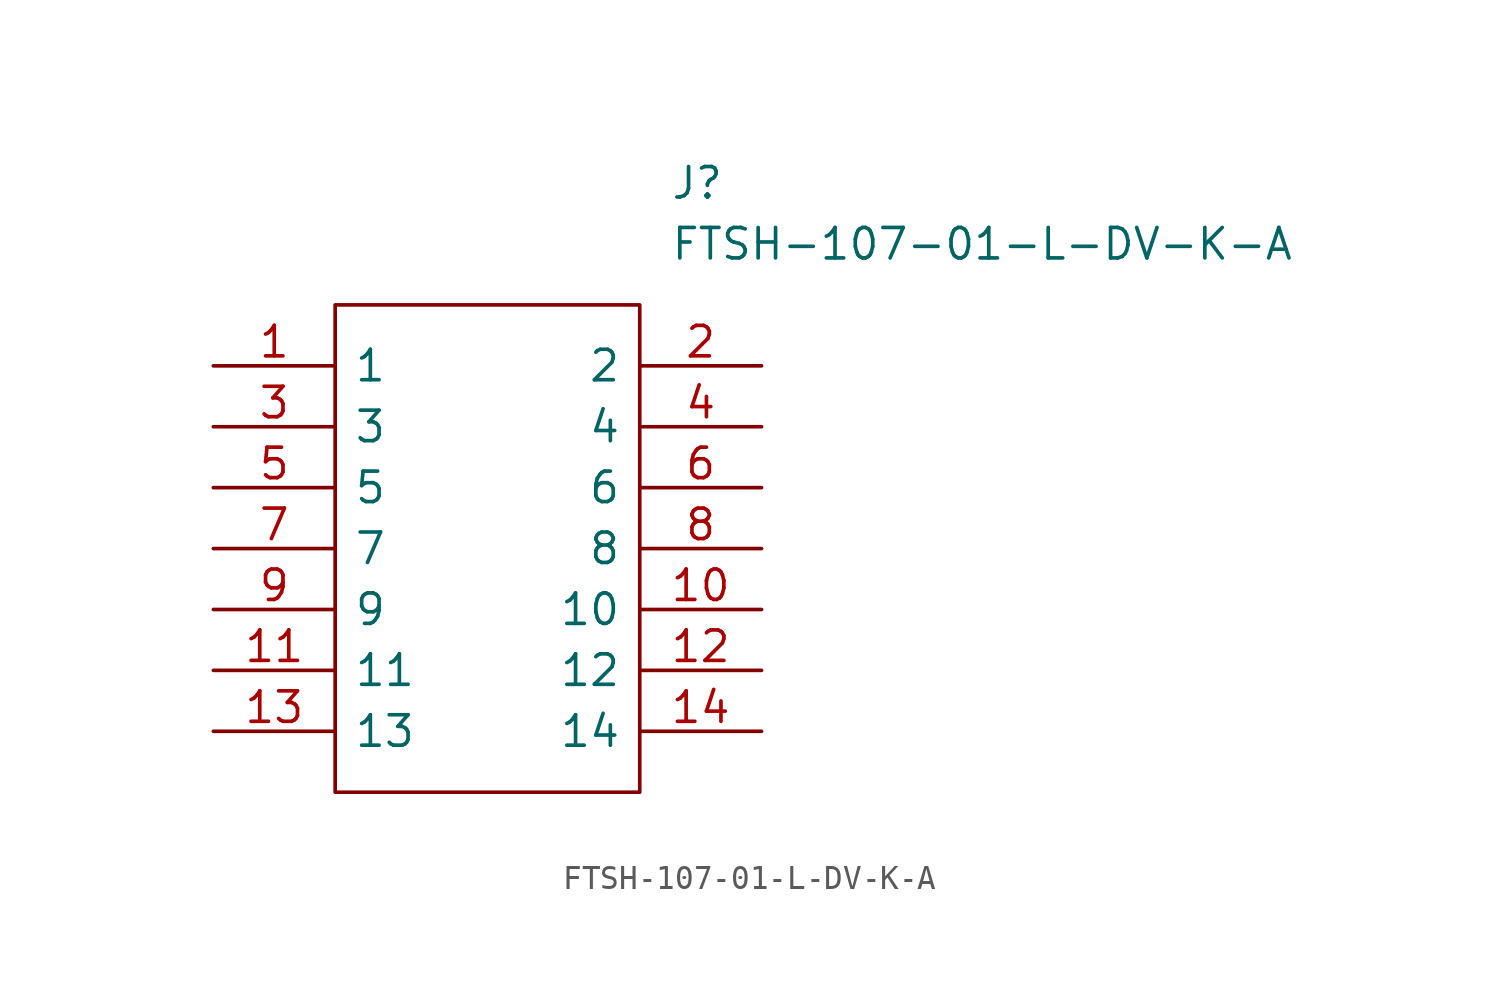
<source format=kicad_sym>
(kicad_symbol_lib
  (version 20211014)
  (generator kicad_symbol_editor)
  (symbol "FTSH-107-01-L-DV-K-A"
    (pin_names
      (offset 0.762))
    (property "Reference" "J"
      (at 19.05 7.62 0)
      (effects (font (size 1.27 1.27)) (justify left)))
    (property "Value" "FTSH-107-01-L-DV-K-A"
      (at 19.05 5.08 0)
      (effects (font (size 1.27 1.27)) (justify left)))
    (symbol "FTSH-107-01-L-DV-K-A_0_0"
      (pin passive line (at 0 0 0) (length 5.08) (name "1" (effects (font (size 1.27 1.27)))) (number "1" (effects (font (size 1.27 1.27)))))
      (pin passive line (at 22.86 -10.16 180) (length 5.08) (name "10" (effects (font (size 1.27 1.27)))) (number "10" (effects (font (size 1.27 1.27)))))
      (pin passive line (at 0 -12.7 0) (length 5.08) (name "11" (effects (font (size 1.27 1.27)))) (number "11" (effects (font (size 1.27 1.27)))))
      (pin passive line (at 22.86 -12.7 180) (length 5.08) (name "12" (effects (font (size 1.27 1.27)))) (number "12" (effects (font (size 1.27 1.27)))))
      (pin passive line (at 0 -15.24 0) (length 5.08) (name "13" (effects (font (size 1.27 1.27)))) (number "13" (effects (font (size 1.27 1.27)))))
      (pin passive line (at 22.86 -15.24 180) (length 5.08) (name "14" (effects (font (size 1.27 1.27)))) (number "14" (effects (font (size 1.27 1.27)))))
      (pin passive line (at 22.86 0 180) (length 5.08) (name "2" (effects (font (size 1.27 1.27)))) (number "2" (effects (font (size 1.27 1.27)))))
      (pin passive line (at 0 -2.54 0) (length 5.08) (name "3" (effects (font (size 1.27 1.27)))) (number "3" (effects (font (size 1.27 1.27)))))
      (pin passive line (at 22.86 -2.54 180) (length 5.08) (name "4" (effects (font (size 1.27 1.27)))) (number "4" (effects (font (size 1.27 1.27)))))
      (pin passive line (at 0 -5.08 0) (length 5.08) (name "5" (effects (font (size 1.27 1.27)))) (number "5" (effects (font (size 1.27 1.27)))))
      (pin passive line (at 22.86 -5.08 180) (length 5.08) (name "6" (effects (font (size 1.27 1.27)))) (number "6" (effects (font (size 1.27 1.27)))))
      (pin passive line (at 0 -7.62 0) (length 5.08) (name "7" (effects (font (size 1.27 1.27)))) (number "7" (effects (font (size 1.27 1.27)))))
      (pin passive line (at 22.86 -7.62 180) (length 5.08) (name "8" (effects (font (size 1.27 1.27)))) (number "8" (effects (font (size 1.27 1.27)))))
      (pin passive line (at 0 -10.16 0) (length 5.08) (name "9" (effects (font (size 1.27 1.27)))) (number "9" (effects (font (size 1.27 1.27))))))
    (symbol "FTSH-107-01-L-DV-K-A_0_1"
      (polyline (pts (xy 5.08 2.54) (xy 17.78 2.54) (xy 17.78 -17.78) (xy 5.08 -17.78) (xy 5.08 2.54)) (stroke (width 0.152) (type default) (color 0 0 0 0)) (fill (type none))))))
</source>
